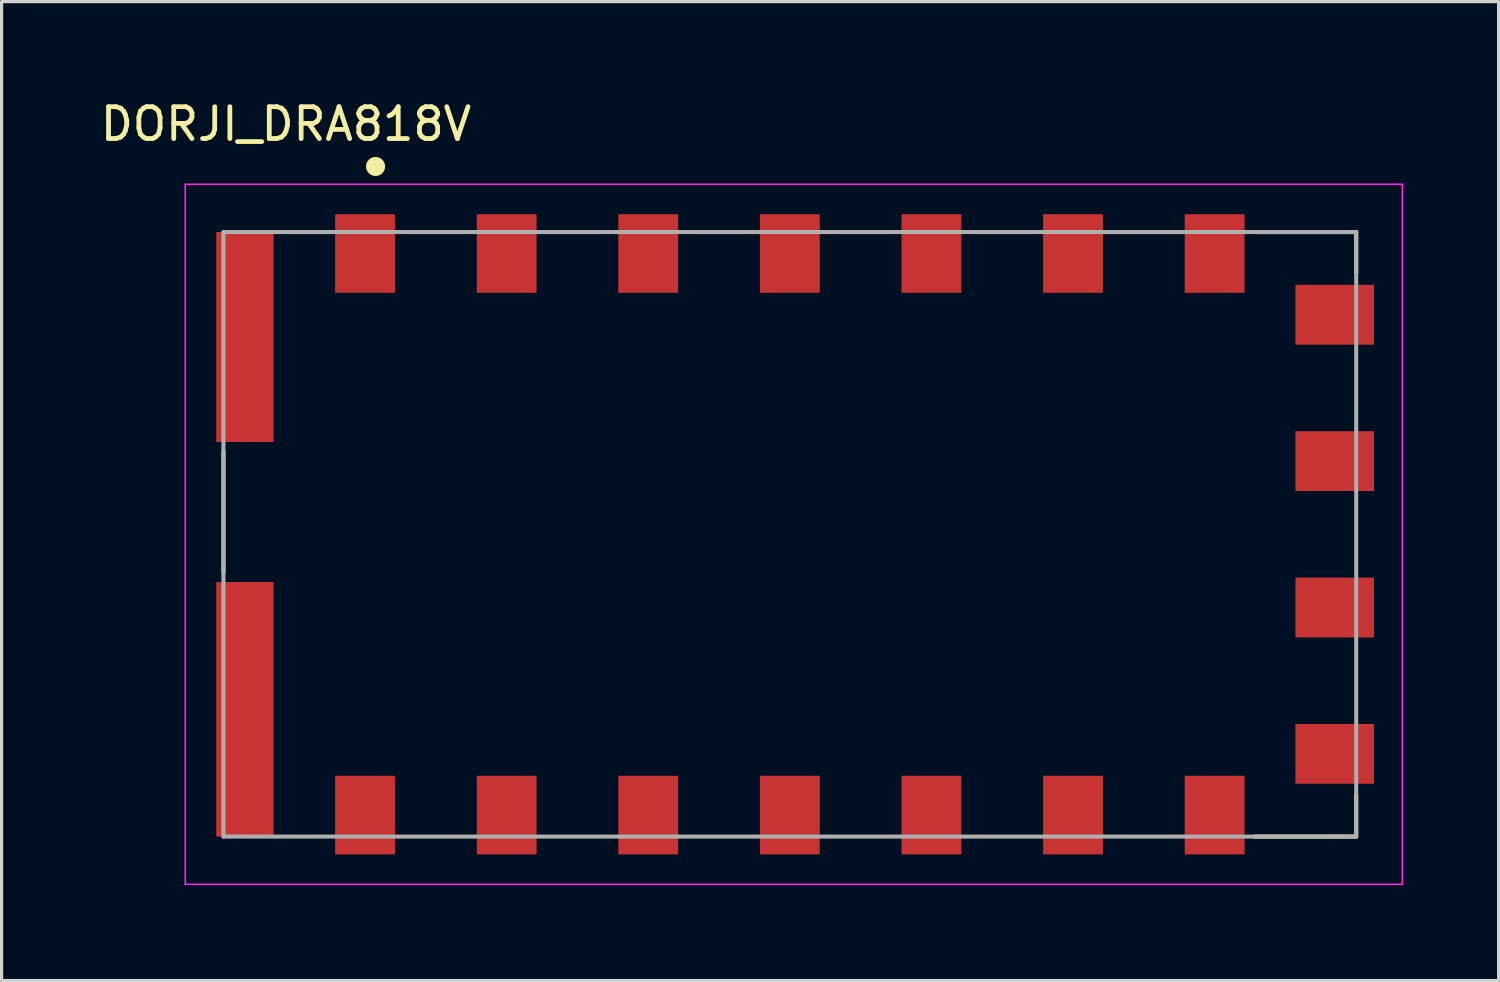
<source format=kicad_pcb>
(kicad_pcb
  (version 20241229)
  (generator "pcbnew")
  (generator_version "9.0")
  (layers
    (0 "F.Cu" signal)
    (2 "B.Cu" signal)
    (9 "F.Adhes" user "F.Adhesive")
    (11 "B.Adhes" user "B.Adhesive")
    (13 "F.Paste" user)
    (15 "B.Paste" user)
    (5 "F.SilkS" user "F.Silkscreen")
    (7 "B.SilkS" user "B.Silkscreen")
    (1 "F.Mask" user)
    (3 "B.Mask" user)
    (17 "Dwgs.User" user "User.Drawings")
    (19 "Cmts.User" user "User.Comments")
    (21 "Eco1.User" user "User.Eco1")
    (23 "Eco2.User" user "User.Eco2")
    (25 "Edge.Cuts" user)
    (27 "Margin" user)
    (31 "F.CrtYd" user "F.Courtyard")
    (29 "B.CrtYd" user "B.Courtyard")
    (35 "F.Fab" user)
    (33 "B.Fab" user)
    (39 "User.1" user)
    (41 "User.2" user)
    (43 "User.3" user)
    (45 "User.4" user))
  (footprint "DORJI_DRA818V"
    (layer "F.Cu")
    (at 21.773 13.742)
    (property "Reference" "DORJI_DRA818V" (at -15.835 -12.893 0) (layer "F.SilkS") (effects (font (size 1.001 1.001) (thickness 0.15))))
    (attr smd)
    (fp_line (start -17.8 -2.6) (end -17.8 1.2) (stroke (width 0.127) (type solid)) (layer "F.SilkS"))
    (fp_line (start 14.6 -9.5) (end 17.8 -9.5) (stroke (width 0.127) (type solid)) (layer "F.SilkS"))
    (fp_line (start 17.8 -9.5) (end 17.8 -8.2) (stroke (width 0.127) (type solid)) (layer "F.SilkS"))
    (fp_line (start 17.8 8.2) (end 17.8 9.5) (stroke (width 0.127) (type solid)) (layer "F.SilkS"))
    (fp_line (start 17.8 9.5) (end 14.6 9.5) (stroke (width 0.127) (type solid)) (layer "F.SilkS"))
    (fp_circle (center -13.02 -11.56) (end -12.87 -11.56) (stroke (width 0.3) (type solid)) (fill no) (layer "F.SilkS"))
    (fp_line (start -19 -11) (end 19.25 -11) (stroke (width 0.05) (type solid)) (layer "F.CrtYd"))
    (fp_line (start -19 11) (end -19 -11) (stroke (width 0.05) (type solid)) (layer "F.CrtYd"))
    (fp_line (start 19.25 -11) (end 19.25 11) (stroke (width 0.05) (type solid)) (layer "F.CrtYd"))
    (fp_line (start 19.25 11) (end -19 11) (stroke (width 0.05) (type solid)) (layer "F.CrtYd"))
    (fp_line (start -17.8 -9.5) (end 17.8 -9.5) (stroke (width 0.127) (type solid)) (layer "F.Fab"))
    (fp_line (start -17.8 9.5) (end -17.8 -9.5) (stroke (width 0.127) (type solid)) (layer "F.Fab"))
    (fp_line (start 17.8 -9.5) (end 17.8 9.5) (stroke (width 0.127) (type solid)) (layer "F.Fab"))
    (fp_line (start 17.8 9.5) (end -17.8 9.5) (stroke (width 0.127) (type solid)) (layer "F.Fab"))
    (pad "1" smd rect (at -13.35 -8.825 90) (size 2.47 1.88) (layers "F.Cu" "F.Mask" "F.Paste"))
    (pad "2" smd rect (at -8.9 -8.825 90) (size 2.47 1.88) (layers "F.Cu" "F.Mask" "F.Paste"))
    (pad "3" smd rect (at -4.45 -8.825 90) (size 2.47 1.88) (layers "F.Cu" "F.Mask" "F.Paste"))
    (pad "4" smd rect (at 0 -8.825 90) (size 2.47 1.88) (layers "F.Cu" "F.Mask" "F.Paste"))
    (pad "5" smd rect (at 4.45 -8.825 90) (size 2.47 1.88) (layers "F.Cu" "F.Mask" "F.Paste"))
    (pad "6" smd rect (at 8.9 -8.825 90) (size 2.47 1.88) (layers "F.Cu" "F.Mask" "F.Paste"))
    (pad "7" smd rect (at 13.35 -8.825 90) (size 2.47 1.88) (layers "F.Cu" "F.Mask" "F.Paste"))
    (pad "8" smd rect (at 17.125 -6.9) (size 2.47 1.88) (layers "F.Cu" "F.Mask" "F.Paste"))
    (pad "9" smd rect (at 17.125 -2.3) (size 2.47 1.88) (layers "F.Cu" "F.Mask" "F.Paste"))
    (pad "10" smd rect (at 17.125 2.3) (size 2.47 1.88) (layers "F.Cu" "F.Mask" "F.Paste"))
    (pad "11" smd rect (at 17.125 6.9) (size 2.47 1.88) (layers "F.Cu" "F.Mask" "F.Paste"))
    (pad "12" smd rect (at 13.35 8.825 270) (size 2.47 1.88) (layers "F.Cu" "F.Mask" "F.Paste"))
    (pad "13" smd rect (at 8.9 8.825 270) (size 2.47 1.88) (layers "F.Cu" "F.Mask" "F.Paste"))
    (pad "14" smd rect (at 4.45 8.825 90) (size 2.47 1.88) (layers "F.Cu" "F.Mask" "F.Paste"))
    (pad "15" smd rect (at 0 8.825 90) (size 2.47 1.88) (layers "F.Cu" "F.Mask" "F.Paste"))
    (pad "16" smd rect (at -4.45 8.825 90) (size 2.47 1.88) (layers "F.Cu" "F.Mask" "F.Paste"))
    (pad "17" smd rect (at -8.9 8.825 90) (size 2.47 1.88) (layers "F.Cu" "F.Mask" "F.Paste"))
    (pad "18" smd rect (at -13.35 8.825 90) (size 2.47 1.88) (layers "F.Cu" "F.Mask" "F.Paste"))
    (pad "P2" smd rect (at -17.125 -6.2 90) (size 6.6 1.8) (layers "F.Cu" "F.Mask" "F.Paste"))
    (pad "P3" smd rect (at -17.125 5.5 90) (size 8 1.8) (layers "F.Cu" "F.Mask" "F.Paste"))
    (zone (net_name "") (layer "F.Cu") (hatch full 0.508) (connect_pads) (min_thickness 0.01) (filled_areas_thickness no) (keepout (tracks not_allowed) (vias not_allowed) (pads not_allowed) (copperpour not_allowed) (footprints allowed)) (placement (enabled no)) (fill) (polygon (pts (xy 28.584 9.992) (xy 36.573 9.992) (xy 36.573 16.246) (xy 28.584 16.246))))
    (zone (net_name "") (layers "F.Cu" "B.Cu") (hatch full 0.508) (connect_pads) (min_thickness 0.01) (filled_areas_thickness no) (keepout (tracks allowed) (vias not_allowed) (pads allowed) (copperpour allowed) (footprints allowed)) (placement (enabled no)) (fill) (polygon (pts (xy 28.578 9.992) (xy 36.573 9.992) (xy 36.573 16.244) (xy 28.578 16.244)))))
  (gr_rect
    (start -3 -3)
    (end 44.048 27.767)
    (stroke (width 0.1) (type default))
    (fill no)
    (layer "Edge.Cuts")))
</source>
